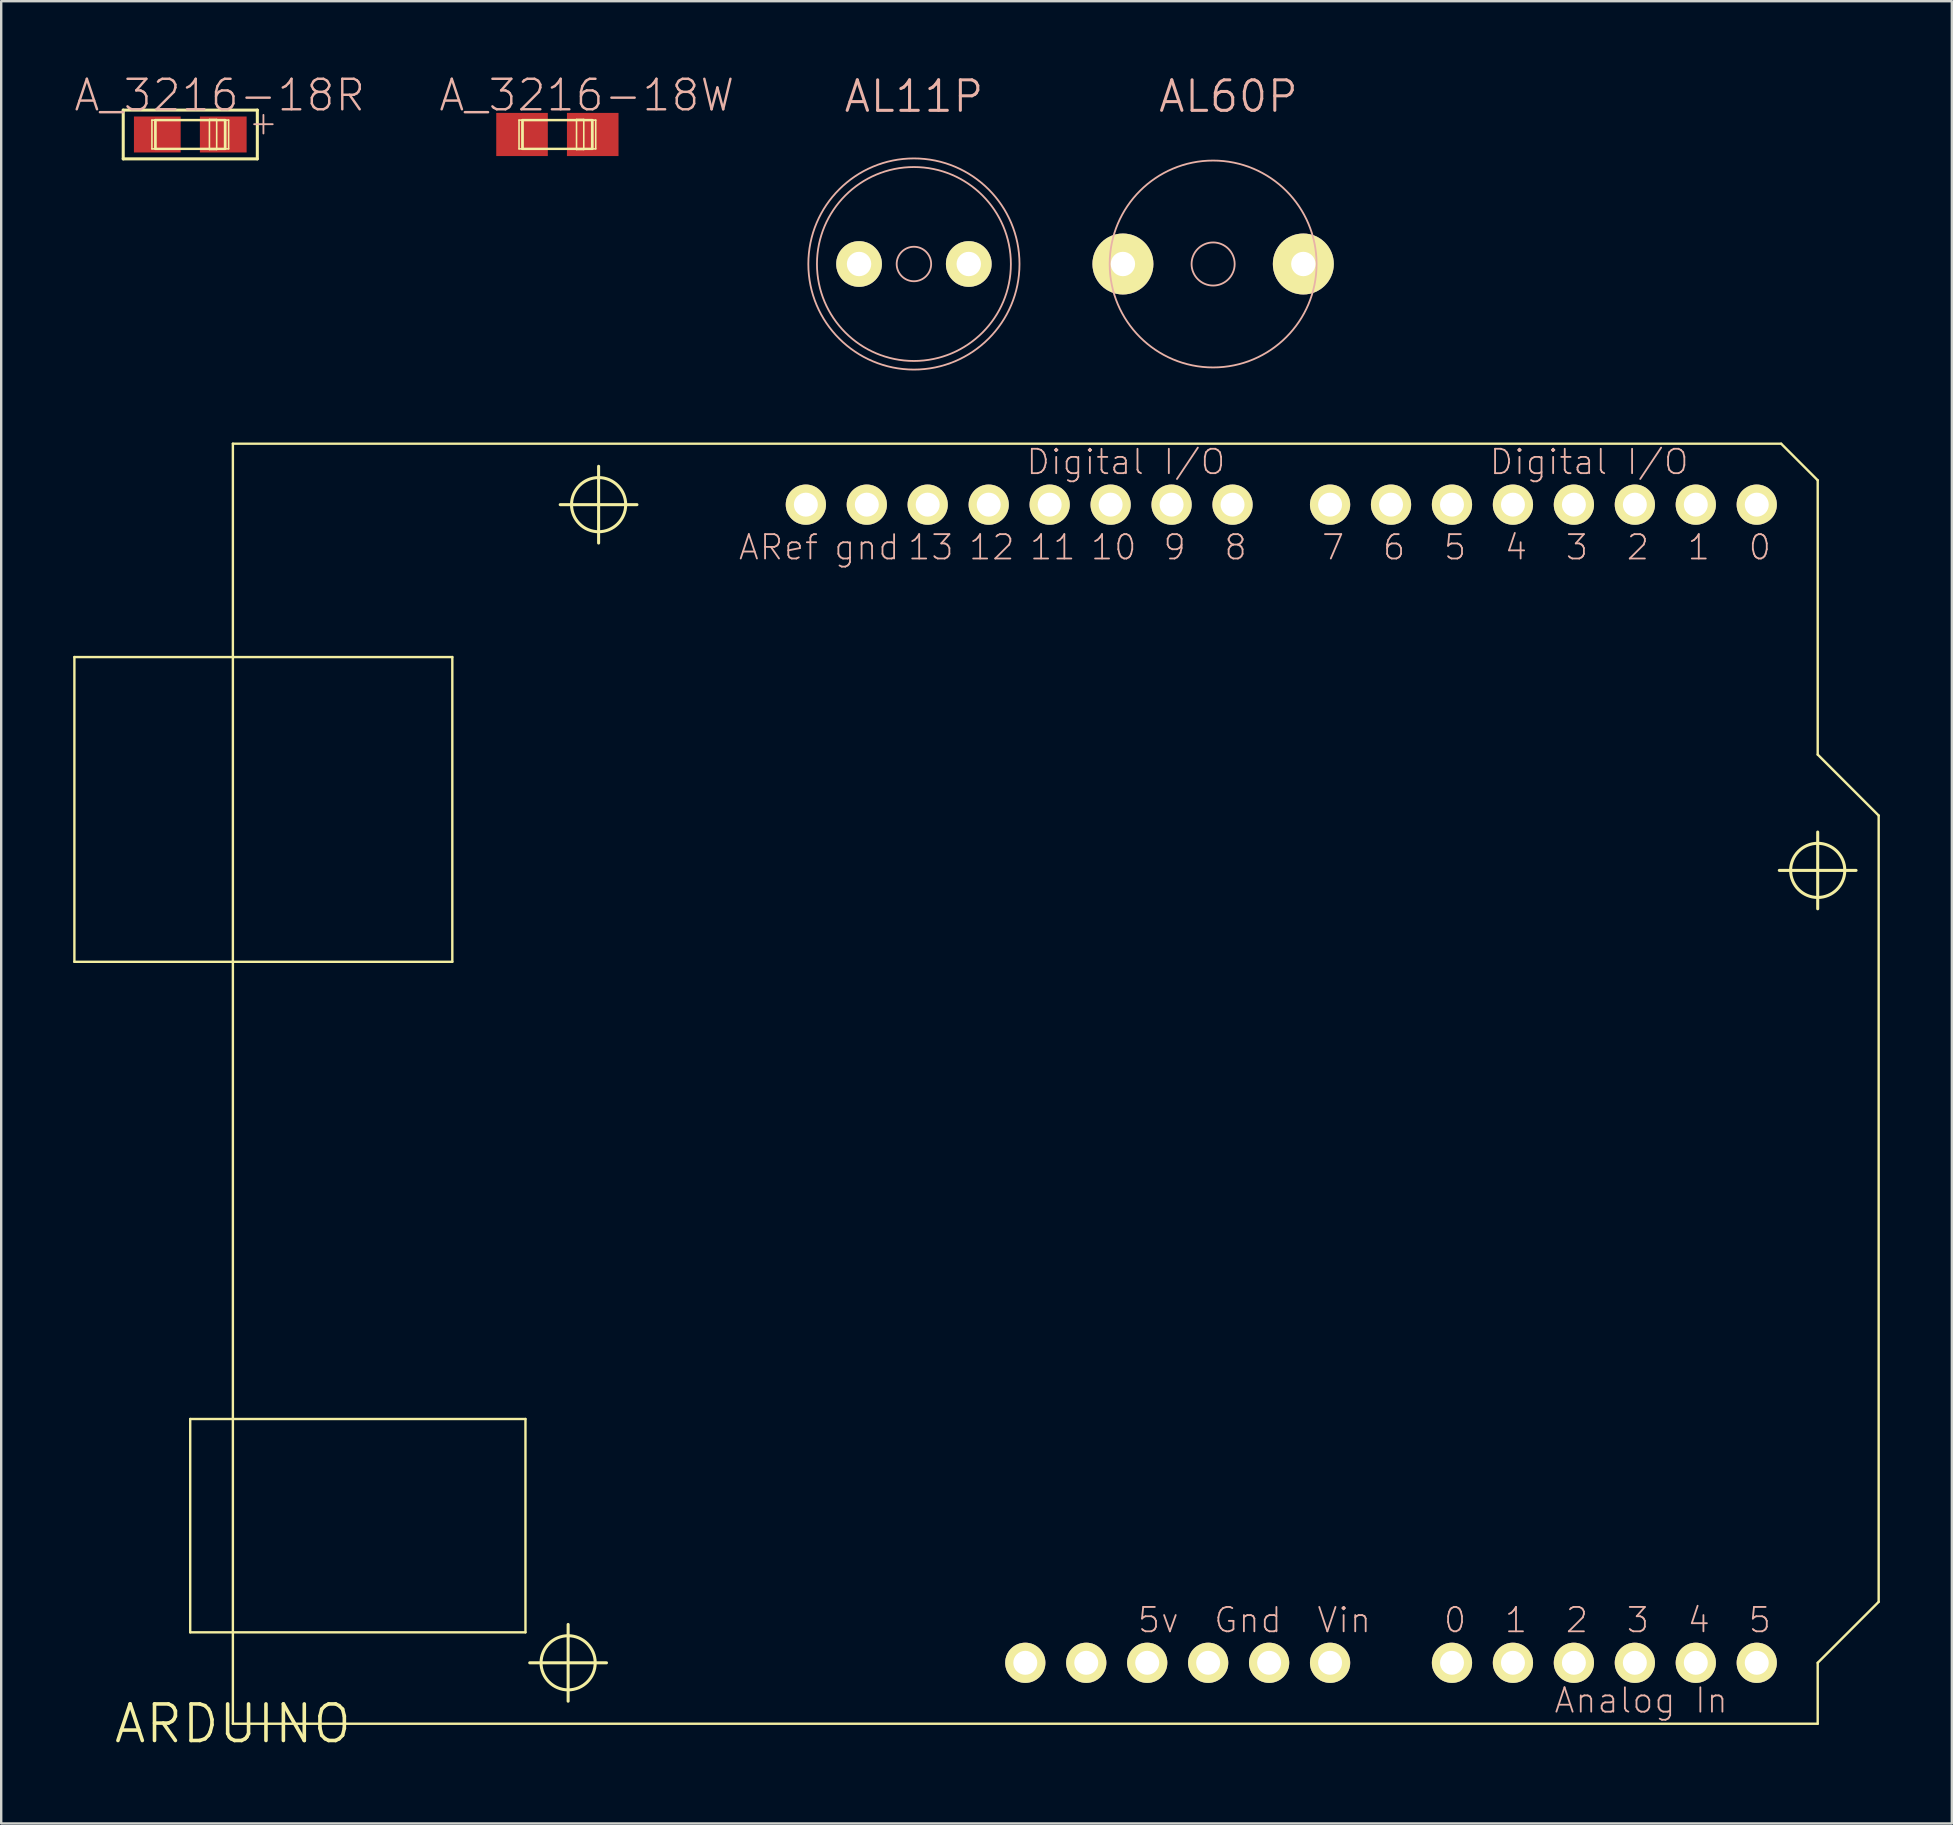
<source format=kicad_pcb>
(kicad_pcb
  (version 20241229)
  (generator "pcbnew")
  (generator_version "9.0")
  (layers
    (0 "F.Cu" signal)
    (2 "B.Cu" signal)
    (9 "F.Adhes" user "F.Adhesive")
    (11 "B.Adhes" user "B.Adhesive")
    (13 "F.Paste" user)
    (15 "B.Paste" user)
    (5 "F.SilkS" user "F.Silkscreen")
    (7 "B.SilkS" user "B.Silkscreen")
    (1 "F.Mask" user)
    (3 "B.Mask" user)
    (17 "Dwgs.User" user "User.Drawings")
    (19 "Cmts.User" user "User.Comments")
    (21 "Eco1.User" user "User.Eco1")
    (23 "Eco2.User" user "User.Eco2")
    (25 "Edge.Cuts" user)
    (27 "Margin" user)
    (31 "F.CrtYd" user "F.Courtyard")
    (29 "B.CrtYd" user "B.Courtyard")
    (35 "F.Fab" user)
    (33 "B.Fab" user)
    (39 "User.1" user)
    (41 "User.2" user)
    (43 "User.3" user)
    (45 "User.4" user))
  (footprint "A_3216-18R"
    (layer "F.Cu")
    (at 4.879 2.554)
    (property "Reference" "A_3216-18R" (at 1.224 -1.633 0) (layer "B.SilkS") (effects (font (size 1.27 1.27) (thickness 0.102))))
    (attr smd)
    (fp_line (start -2.794 -1.016) (end 2.794 -1.016) (stroke (width 0.127) (type solid)) (layer "F.SilkS"))
    (fp_line (start -2.794 1.016) (end -2.794 -1.016) (stroke (width 0.127) (type solid)) (layer "F.SilkS"))
    (fp_line (start -1.598 -0.599) (end -1.473 -0.599) (stroke (width 0.066) (type solid)) (layer "F.SilkS"))
    (fp_line (start -1.598 0.599) (end -1.598 -0.599) (stroke (width 0.066) (type solid)) (layer "F.SilkS"))
    (fp_line (start -1.598 0.599) (end -1.473 0.599) (stroke (width 0.066) (type solid)) (layer "F.SilkS"))
    (fp_line (start -1.473 0.599) (end -1.473 -0.599) (stroke (width 0.066) (type solid)) (layer "F.SilkS"))
    (fp_line (start -1.448 -0.599) (end 1.448 -0.599) (stroke (width 0.102) (type solid)) (layer "F.SilkS"))
    (fp_line (start -1.448 0.599) (end -1.448 -0.599) (stroke (width 0.102) (type solid)) (layer "F.SilkS"))
    (fp_line (start 0.798 -0.625) (end 1.1 -0.625) (stroke (width 0.066) (type solid)) (layer "F.SilkS"))
    (fp_line (start 0.798 0.625) (end 0.798 -0.625) (stroke (width 0.066) (type solid)) (layer "F.SilkS"))
    (fp_line (start 0.798 0.625) (end 1.1 0.625) (stroke (width 0.066) (type solid)) (layer "F.SilkS"))
    (fp_line (start 1.1 0.625) (end 1.1 -0.625) (stroke (width 0.066) (type solid)) (layer "F.SilkS"))
    (fp_line (start 1.448 -0.599) (end 1.448 0.599) (stroke (width 0.102) (type solid)) (layer "F.SilkS"))
    (fp_line (start 1.448 0.599) (end -1.448 0.599) (stroke (width 0.102) (type solid)) (layer "F.SilkS"))
    (fp_line (start 1.473 -0.599) (end 1.598 -0.599) (stroke (width 0.066) (type solid)) (layer "F.SilkS"))
    (fp_line (start 1.473 0.599) (end 1.473 -0.599) (stroke (width 0.066) (type solid)) (layer "F.SilkS"))
    (fp_line (start 1.473 0.599) (end 1.598 0.599) (stroke (width 0.066) (type solid)) (layer "F.SilkS"))
    (fp_line (start 1.598 0.599) (end 1.598 -0.599) (stroke (width 0.066) (type solid)) (layer "F.SilkS"))
    (fp_line (start 2.794 -1.016) (end 2.794 1.016) (stroke (width 0.127) (type solid)) (layer "F.SilkS"))
    (fp_line (start 2.794 1.016) (end -2.794 1.016) (stroke (width 0.127) (type solid)) (layer "F.SilkS"))
    (fp_text user "+" (at 3.048 -0.508 0) (layer "B.SilkS") (effects (font (size 1.016 1.016) (thickness 0.076))))
    (pad "+" smd rect (at 1.374 0) (size 1.948 1.499) (layers "F.Cu" "F.Mask" "F.Paste"))
    (pad "-" smd rect (at -1.374 0) (size 1.948 1.499) (layers "F.Cu" "F.Mask" "F.Paste")))
  (footprint "ARDUINO"
    (layer "F.Cu")
    (at 6.654 68.779)
    (property "Reference" "ARDUINO" (at 0 0 0) (layer "F.SilkS") (effects (font (size 1.524 1.524) (thickness 0.15))))
    (attr exclude_from_pos_files exclude_from_bom)
    (fp_line (start -6.604 -44.45) (end -6.604 -31.75) (stroke (width 0.1) (type solid)) (layer "F.SilkS"))
    (fp_line (start -6.604 -31.75) (end 9.144 -31.75) (stroke (width 0.1) (type solid)) (layer "F.SilkS"))
    (fp_line (start -1.778 -12.7) (end -1.778 -3.81) (stroke (width 0.1) (type solid)) (layer "F.SilkS"))
    (fp_line (start -1.778 -3.81) (end 12.192 -3.81) (stroke (width 0.1) (type solid)) (layer "F.SilkS"))
    (fp_line (start 0 -53.34) (end 0 0) (stroke (width 0.1) (type solid)) (layer "F.SilkS"))
    (fp_line (start 0 0) (end 66.04 0) (stroke (width 0.1) (type solid)) (layer "F.SilkS"))
    (fp_line (start 9.144 -44.45) (end -6.604 -44.45) (stroke (width 0.1) (type solid)) (layer "F.SilkS"))
    (fp_line (start 9.144 -31.75) (end 9.144 -44.45) (stroke (width 0.1) (type solid)) (layer "F.SilkS"))
    (fp_line (start 12.192 -12.7) (end -1.778 -12.7) (stroke (width 0.1) (type solid)) (layer "F.SilkS"))
    (fp_line (start 12.192 -3.81) (end 12.192 -12.7) (stroke (width 0.1) (type solid)) (layer "F.SilkS"))
    (fp_line (start 12.37 -2.54) (end 15.568 -2.54) (stroke (width 0.127) (type solid)) (layer "F.SilkS"))
    (fp_line (start 13.64 -50.8) (end 16.838 -50.8) (stroke (width 0.127) (type solid)) (layer "F.SilkS"))
    (fp_line (start 13.97 -0.94) (end 13.97 -4.138) (stroke (width 0.127) (type solid)) (layer "F.SilkS"))
    (fp_line (start 15.24 -49.2) (end 15.24 -52.398) (stroke (width 0.127) (type solid)) (layer "F.SilkS"))
    (fp_line (start 64.44 -35.56) (end 67.638 -35.56) (stroke (width 0.127) (type solid)) (layer "F.SilkS"))
    (fp_line (start 64.516 -53.34) (end 0 -53.34) (stroke (width 0.1) (type solid)) (layer "F.SilkS"))
    (fp_line (start 66.04 -51.816) (end 64.516 -53.34) (stroke (width 0.1) (type solid)) (layer "F.SilkS"))
    (fp_line (start 66.04 -40.386) (end 66.04 -51.816) (stroke (width 0.1) (type solid)) (layer "F.SilkS"))
    (fp_line (start 66.04 -33.96) (end 66.04 -37.158) (stroke (width 0.127) (type solid)) (layer "F.SilkS"))
    (fp_line (start 66.04 -2.54) (end 68.58 -5.08) (stroke (width 0.1) (type solid)) (layer "F.SilkS"))
    (fp_line (start 66.04 0) (end 66.04 -2.54) (stroke (width 0.1) (type solid)) (layer "F.SilkS"))
    (fp_line (start 68.58 -37.846) (end 66.04 -40.386) (stroke (width 0.1) (type solid)) (layer "F.SilkS"))
    (fp_line (start 68.58 -5.08) (end 68.58 -37.846) (stroke (width 0.1) (type solid)) (layer "F.SilkS"))
    (fp_circle (center 13.97 -2.54) (end 14.768 -3.338) (stroke (width 0.127) (type solid)) (fill no) (layer "F.SilkS"))
    (fp_circle (center 15.24 -50.8) (end 16.038 -51.598) (stroke (width 0.127) (type solid)) (fill no) (layer "F.SilkS"))
    (fp_circle (center 66.04 -35.56) (end 66.838 -36.358) (stroke (width 0.127) (type solid)) (fill no) (layer "F.SilkS"))
    (fp_text user "7" (at 45.847 -49.022 180) (layer "B.SilkS") (effects (font (size 1.016 1.016) (thickness 0.076))))
    (fp_text user "5" (at 50.927 -49.022 180) (layer "B.SilkS") (effects (font (size 1.016 1.016) (thickness 0.076))))
    (fp_text user "10" (at 36.703 -49.022 180) (layer "B.SilkS") (effects (font (size 1.016 1.016) (thickness 0.076))))
    (fp_text user "Digital I/O" (at 37.211 -52.578 0) (layer "B.SilkS") (effects (font (size 1.016 1.016) (thickness 0.076))))
    (fp_text user "11" (at 34.163 -49.022 180) (layer "B.SilkS") (effects (font (size 1.016 1.016) (thickness 0.076))))
    (fp_text user "3" (at 58.547 -4.318 0) (layer "B.SilkS") (effects (font (size 1.016 1.016) (thickness 0.076))))
    (fp_text user "3" (at 56.007 -49.022 180) (layer "B.SilkS") (effects (font (size 1.016 1.016) (thickness 0.076))))
    (fp_text user "0" (at 63.627 -49.022 180) (layer "B.SilkS") (effects (font (size 1.016 1.016) (thickness 0.076))))
    (fp_text user "Analog In" (at 58.682 -0.97 0) (layer "B.SilkS") (effects (font (size 1.016 1.016) (thickness 0.076))))
    (fp_text user "ARef" (at 22.733 -49.022 180) (layer "B.SilkS") (effects (font (size 1.016 1.016) (thickness 0.076))))
    (fp_text user "12" (at 31.623 -49.022 180) (layer "B.SilkS") (effects (font (size 1.016 1.016) (thickness 0.076))))
    (fp_text user "gnd" (at 26.416 -49.022 180) (layer "B.SilkS") (effects (font (size 1.016 1.016) (thickness 0.076))))
    (fp_text user "5" (at 63.627 -4.318 0) (layer "B.SilkS") (effects (font (size 1.016 1.016) (thickness 0.076))))
    (fp_text user "4" (at 61.084 -4.318 0) (layer "B.SilkS") (effects (font (size 1.016 1.016) (thickness 0.076))))
    (fp_text user "13" (at 29.083 -49.022 180) (layer "B.SilkS") (effects (font (size 1.016 1.016) (thickness 0.076))))
    (fp_text user "Digital I/O" (at 56.515 -52.578 0) (layer "B.SilkS") (effects (font (size 1.016 1.016) (thickness 0.076))))
    (fp_text user "1" (at 61.084 -49.022 180) (layer "B.SilkS") (effects (font (size 1.016 1.016) (thickness 0.076))))
    (fp_text user "8" (at 41.783 -49.022 180) (layer "B.SilkS") (effects (font (size 1.016 1.016) (thickness 0.076))))
    (fp_text user "9" (at 39.243 -49.022 180) (layer "B.SilkS") (effects (font (size 1.016 1.016) (thickness 0.076))))
    (fp_text user "Vin" (at 46.309 -4.318 0) (layer "B.SilkS") (effects (font (size 1.016 1.016) (thickness 0.076))))
    (fp_text user "4" (at 53.467 -49.022 180) (layer "B.SilkS") (effects (font (size 1.016 1.016) (thickness 0.076))))
    (fp_text user "0" (at 50.927 -4.318 0) (layer "B.SilkS") (effects (font (size 1.016 1.016) (thickness 0.076))))
    (fp_text user "2" (at 56.007 -4.318 0) (layer "B.SilkS") (effects (font (size 1.016 1.016) (thickness 0.076))))
    (fp_text user "1" (at 53.467 -4.318 0) (layer "B.SilkS") (effects (font (size 1.016 1.016) (thickness 0.076))))
    (fp_text user "5v" (at 38.562 -4.318 0) (layer "B.SilkS") (effects (font (size 1.016 1.016) (thickness 0.076))))
    (fp_text user "Gnd" (at 42.299 -4.318 0) (layer "B.SilkS") (effects (font (size 1.016 1.016) (thickness 0.076))))
    (fp_text user "6" (at 48.387 -49.022 180) (layer "B.SilkS") (effects (font (size 1.016 1.016) (thickness 0.076))))
    (fp_text user "2" (at 58.547 -49.022 180) (layer "B.SilkS") (effects (font (size 1.016 1.016) (thickness 0.076))))
    (pad "3V" thru_hole circle (at 35.56 -2.54) (size 1.676 1.676) (drill 0.998) (layers "*.Cu" "F.Mask" "F.SilkS" "F.Paste"))
    (pad "5V" thru_hole circle (at 38.1 -2.54) (size 1.676 1.676) (drill 0.998) (layers "*.Cu" "F.Mask" "F.SilkS" "F.Paste"))
    (pad "A0" thru_hole circle (at 50.8 -2.54) (size 1.676 1.676) (drill 0.998) (layers "*.Cu" "F.Mask" "F.SilkS" "F.Paste"))
    (pad "A1" thru_hole circle (at 53.34 -2.54) (size 1.676 1.676) (drill 0.998) (layers "*.Cu" "F.Mask" "F.SilkS" "F.Paste"))
    (pad "A2" thru_hole circle (at 55.88 -2.54) (size 1.676 1.676) (drill 0.998) (layers "*.Cu" "F.Mask" "F.SilkS" "F.Paste"))
    (pad "A3" thru_hole circle (at 58.42 -2.54) (size 1.676 1.676) (drill 0.998) (layers "*.Cu" "F.Mask" "F.SilkS" "F.Paste"))
    (pad "A4" thru_hole circle (at 60.96 -2.54) (size 1.676 1.676) (drill 0.998) (layers "*.Cu" "F.Mask" "F.SilkS" "F.Paste"))
    (pad "A5" thru_hole circle (at 63.5 -2.54) (size 1.676 1.676) (drill 0.998) (layers "*.Cu" "F.Mask" "F.SilkS" "F.Paste"))
    (pad "AREF" thru_hole circle (at 23.876 -50.8) (size 1.676 1.676) (drill 0.998) (layers "*.Cu" "F.Mask" "F.SilkS" "F.Paste"))
    (pad "D0" thru_hole circle (at 63.5 -50.8) (size 1.676 1.676) (drill 0.998) (layers "*.Cu" "F.Mask" "F.SilkS" "F.Paste"))
    (pad "D1" thru_hole circle (at 60.96 -50.8) (size 1.676 1.676) (drill 0.998) (layers "*.Cu" "F.Mask" "F.SilkS" "F.Paste"))
    (pad "D2" thru_hole circle (at 58.42 -50.8) (size 1.676 1.676) (drill 0.998) (layers "*.Cu" "F.Mask" "F.SilkS" "F.Paste"))
    (pad "D3" thru_hole circle (at 55.88 -50.8) (size 1.676 1.676) (drill 0.998) (layers "*.Cu" "F.Mask" "F.SilkS" "F.Paste"))
    (pad "D4" thru_hole circle (at 53.34 -50.8) (size 1.676 1.676) (drill 0.998) (layers "*.Cu" "F.Mask" "F.SilkS" "F.Paste"))
    (pad "D5" thru_hole circle (at 50.8 -50.8) (size 1.676 1.676) (drill 0.998) (layers "*.Cu" "F.Mask" "F.SilkS" "F.Paste"))
    (pad "D6" thru_hole circle (at 48.26 -50.8) (size 1.676 1.676) (drill 0.998) (layers "*.Cu" "F.Mask" "F.SilkS" "F.Paste"))
    (pad "D7" thru_hole circle (at 45.72 -50.8) (size 1.676 1.676) (drill 0.998) (layers "*.Cu" "F.Mask" "F.SilkS" "F.Paste"))
    (pad "D8" thru_hole circle (at 41.656 -50.8) (size 1.676 1.676) (drill 0.998) (layers "*.Cu" "F.Mask" "F.SilkS" "F.Paste"))
    (pad "D9" thru_hole circle (at 39.116 -50.8) (size 1.676 1.676) (drill 0.998) (layers "*.Cu" "F.Mask" "F.SilkS" "F.Paste"))
    (pad "D10" thru_hole circle (at 36.576 -50.8) (size 1.676 1.676) (drill 0.998) (layers "*.Cu" "F.Mask" "F.SilkS" "F.Paste"))
    (pad "D11" thru_hole circle (at 34.036 -50.8) (size 1.676 1.676) (drill 0.998) (layers "*.Cu" "F.Mask" "F.SilkS" "F.Paste"))
    (pad "D12" thru_hole circle (at 31.496 -50.8) (size 1.676 1.676) (drill 0.998) (layers "*.Cu" "F.Mask" "F.SilkS" "F.Paste"))
    (pad "D13" thru_hole circle (at 28.953 -50.8) (size 1.676 1.676) (drill 0.998) (layers "*.Cu" "F.Mask" "F.SilkS" "F.Paste"))
    (pad "GND" thru_hole circle (at 26.416 -50.8) (size 1.676 1.676) (drill 0.998) (layers "*.Cu" "F.Mask" "F.SilkS" "F.Paste"))
    (pad "GND1" thru_hole circle (at 43.18 -2.54) (size 1.676 1.676) (drill 0.998) (layers "*.Cu" "F.Mask" "F.SilkS" "F.Paste"))
    (pad "GND2" thru_hole circle (at 40.64 -2.54) (size 1.676 1.676) (drill 0.998) (layers "*.Cu" "F.Mask" "F.SilkS" "F.Paste"))
    (pad "RESE" thru_hole circle (at 33.02 -2.54) (size 1.676 1.676) (drill 0.998) (layers "*.Cu" "F.Mask" "F.SilkS" "F.Paste"))
    (pad "VIN" thru_hole circle (at 45.72 -2.54) (size 1.676 1.676) (drill 0.998) (layers "*.Cu" "F.Mask" "F.SilkS" "F.Paste")))
  (footprint "AL60P"
    (layer "F.Cu")
    (at 47.501 7.951)
    (property "Reference" "AL60P" (at 0.635 -6.985 0) (layer "B.SilkS") (effects (font (size 1.27 1.27) (thickness 0.127))))
    (attr exclude_from_pos_files exclude_from_bom)
    (fp_circle (center 0 0) (end -3.048 3.048) (stroke (width 0.076) (type solid)) (fill no) (layer "B.SilkS"))
    (fp_circle (center 0 0) (end -0.635 0.635) (stroke (width 0.076) (type solid)) (fill no) (layer "B.SilkS"))
    (pad "1" thru_hole circle (at -3.759 0) (size 2.54 2.54) (drill 1.016) (layers "*.Cu" "F.Mask" "F.SilkS" "F.Paste"))
    (pad "2" thru_hole circle (at 3.759 0) (size 2.54 2.54) (drill 1.016) (layers "*.Cu" "F.Mask" "F.SilkS" "F.Paste")))
  (footprint "AL11P"
    (layer "F.Cu")
    (at 35.033 7.951)
    (property "Reference" "AL11P" (at 0 -6.985 0) (layer "B.SilkS") (effects (font (size 1.27 1.27) (thickness 0.127))))
    (attr exclude_from_pos_files exclude_from_bom)
    (fp_circle (center 0 0) (end -3.111 3.111) (stroke (width 0.076) (type solid)) (fill no) (layer "B.SilkS"))
    (fp_circle (center 0 0) (end -2.857 2.857) (stroke (width 0.076) (type solid)) (fill no) (layer "B.SilkS"))
    (fp_circle (center 0 0) (end -0.508 0.508) (stroke (width 0.076) (type solid)) (fill no) (layer "B.SilkS"))
    (pad "+" thru_hole circle (at 2.286 0) (size 1.905 1.905) (drill 1.016) (layers "*.Cu" "F.Mask" "F.SilkS" "F.Paste"))
    (pad "-" thru_hole circle (at -2.286 0) (size 1.905 1.905) (drill 1.016) (layers "*.Cu" "F.Mask" "F.SilkS" "F.Paste")))
  (footprint "A_3216-18W"
    (layer "F.Cu")
    (at 20.176 2.554)
    (property "Reference" "A_3216-18W" (at 1.224 -1.633 0) (layer "B.SilkS") (effects (font (size 1.27 1.27) (thickness 0.102))))
    (attr smd)
    (fp_line (start -1.598 -0.599) (end -1.473 -0.599) (stroke (width 0.066) (type solid)) (layer "F.SilkS"))
    (fp_line (start -1.598 0.599) (end -1.598 -0.599) (stroke (width 0.066) (type solid)) (layer "F.SilkS"))
    (fp_line (start -1.598 0.599) (end -1.473 0.599) (stroke (width 0.066) (type solid)) (layer "F.SilkS"))
    (fp_line (start -1.473 0.599) (end -1.473 -0.599) (stroke (width 0.066) (type solid)) (layer "F.SilkS"))
    (fp_line (start -1.448 -0.599) (end 1.448 -0.599) (stroke (width 0.102) (type solid)) (layer "F.SilkS"))
    (fp_line (start -1.448 0.599) (end -1.448 -0.599) (stroke (width 0.102) (type solid)) (layer "F.SilkS"))
    (fp_line (start 0.798 -0.625) (end 1.1 -0.625) (stroke (width 0.066) (type solid)) (layer "F.SilkS"))
    (fp_line (start 0.798 0.625) (end 0.798 -0.625) (stroke (width 0.066) (type solid)) (layer "F.SilkS"))
    (fp_line (start 0.798 0.625) (end 1.1 0.625) (stroke (width 0.066) (type solid)) (layer "F.SilkS"))
    (fp_line (start 1.1 0.625) (end 1.1 -0.625) (stroke (width 0.066) (type solid)) (layer "F.SilkS"))
    (fp_line (start 1.448 -0.599) (end 1.448 0.599) (stroke (width 0.102) (type solid)) (layer "F.SilkS"))
    (fp_line (start 1.448 0.599) (end -1.448 0.599) (stroke (width 0.102) (type solid)) (layer "F.SilkS"))
    (fp_line (start 1.473 -0.599) (end 1.598 -0.599) (stroke (width 0.066) (type solid)) (layer "F.SilkS"))
    (fp_line (start 1.473 0.599) (end 1.473 -0.599) (stroke (width 0.066) (type solid)) (layer "F.SilkS"))
    (fp_line (start 1.473 0.599) (end 1.598 0.599) (stroke (width 0.066) (type solid)) (layer "F.SilkS"))
    (fp_line (start 1.598 0.599) (end 1.598 -0.599) (stroke (width 0.066) (type solid)) (layer "F.SilkS"))
    (pad "+" smd rect (at 1.473 0) (size 2.149 1.798) (layers "F.Cu" "F.Mask" "F.Paste"))
    (pad "-" smd rect (at -1.473 0) (size 2.149 1.798) (layers "F.Cu" "F.Mask" "F.Paste")))
  (gr_rect
    (start -3 -3)
    (end 78.284 72.934)
    (stroke (width 0.1) (type default))
    (fill no)
    (layer "Edge.Cuts")))
</source>
